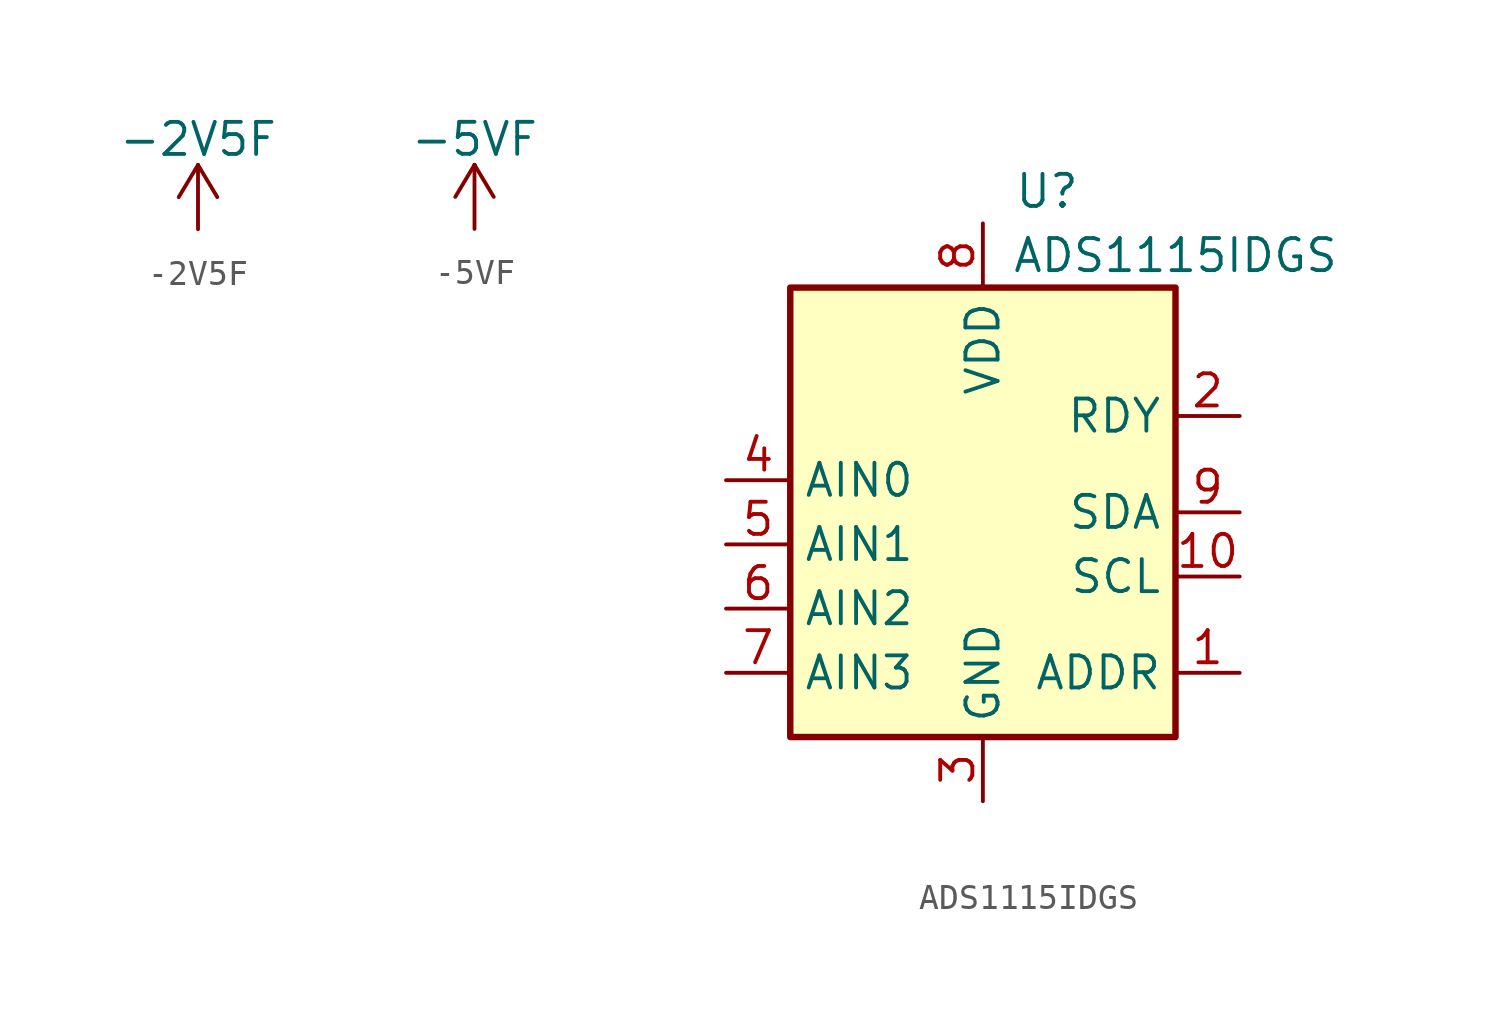
<source format=kicad_sym>
(kicad_symbol_lib
  (version 20220914)
  (generator kicad_symbol_editor)
  (symbol "-2V5F"
    (power)
    (pin_names
      (offset 0))
    (property "Reference" "#PWR"
      (at 0 -3.81 0)
      (effects (font (size 1.27 1.27)) hide))
    (property "Value" "-2V5F"
      (at 0 3.556 0)
      (effects (font (size 1.27 1.27))))
    (symbol "-2V5F_0_1"
      (polyline (pts (xy -0.762 1.27) (xy 0 2.54)) (stroke (width 0) (type default)) (fill (type none)))
      (polyline (pts (xy 0 0) (xy 0 2.54)) (stroke (width 0) (type default)) (fill (type none)))
      (polyline (pts (xy 0 2.54) (xy 0.762 1.27)) (stroke (width 0) (type default)) (fill (type none))))
    (symbol "-2V5F_1_1"
      (pin power_in line (at 0 0 90) (length 0) hide (name "+5V" (effects (font (size 1.27 1.27)))) (number "1" (effects (font (size 1.27 1.27)))))))
  (symbol "-5VF"
    (power)
    (pin_names
      (offset 0))
    (property "Reference" "#PWR"
      (at 0 -3.81 0)
      (effects (font (size 1.27 1.27)) hide))
    (property "Value" "-5VF"
      (at 0 3.556 0)
      (effects (font (size 1.27 1.27))))
    (symbol "-5VF_0_1"
      (polyline (pts (xy -0.762 1.27) (xy 0 2.54)) (stroke (width 0) (type default)) (fill (type none)))
      (polyline (pts (xy 0 0) (xy 0 2.54)) (stroke (width 0) (type default)) (fill (type none)))
      (polyline (pts (xy 0 2.54) (xy 0.762 1.27)) (stroke (width 0) (type default)) (fill (type none))))
    (symbol "-5VF_1_1"
      (pin power_in line (at 0 0 90) (length 0) hide (name "+5V" (effects (font (size 1.27 1.27)))) (number "1" (effects (font (size 1.27 1.27)))))))
  (symbol "ADS1115IDGS"
    (property "Reference" "U"
      (at 2.54 13.97 0)
      (effects (font (size 1.27 1.27))))
    (property "Value" "ADS1115IDGS"
      (at 7.62 11.43 0)
      (effects (font (size 1.27 1.27))))
    (symbol "ADS1115IDGS_0_1"
      (rectangle (start -7.62 10.16) (end 7.62 -7.62) (stroke (width 0.254) (type default)) (fill (type background))))
    (symbol "ADS1115IDGS_1_1"
      (pin input line (at 10.16 -5.08 180) (length 2.54) (name "ADDR" (effects (font (size 1.27 1.27)))) (number "1" (effects (font (size 1.27 1.27)))))
      (pin input line (at 10.16 -1.27 180) (length 2.54) (name "SCL" (effects (font (size 1.27 1.27)))) (number "10" (effects (font (size 1.27 1.27)))))
      (pin output line (at 10.16 5.08 180) (length 2.54) (name "RDY" (effects (font (size 1.27 1.27)))) (number "2" (effects (font (size 1.27 1.27)))))
      (pin power_in line (at 0 -10.16 90) (length 2.54) (name "GND" (effects (font (size 1.27 1.27)))) (number "3" (effects (font (size 1.27 1.27)))))
      (pin input line (at -10.16 2.54 0) (length 2.54) (name "AIN0" (effects (font (size 1.27 1.27)))) (number "4" (effects (font (size 1.27 1.27)))))
      (pin input line (at -10.16 0 0) (length 2.54) (name "AIN1" (effects (font (size 1.27 1.27)))) (number "5" (effects (font (size 1.27 1.27)))))
      (pin input line (at -10.16 -2.54 0) (length 2.54) (name "AIN2" (effects (font (size 1.27 1.27)))) (number "6" (effects (font (size 1.27 1.27)))))
      (pin input line (at -10.16 -5.08 0) (length 2.54) (name "AIN3" (effects (font (size 1.27 1.27)))) (number "7" (effects (font (size 1.27 1.27)))))
      (pin power_in line (at 0 12.7 270) (length 2.54) (name "VDD" (effects (font (size 1.27 1.27)))) (number "8" (effects (font (size 1.27 1.27)))))
      (pin bidirectional line (at 10.16 1.27 180) (length 2.54) (name "SDA" (effects (font (size 1.27 1.27)))) (number "9" (effects (font (size 1.27 1.27))))))))
</source>
